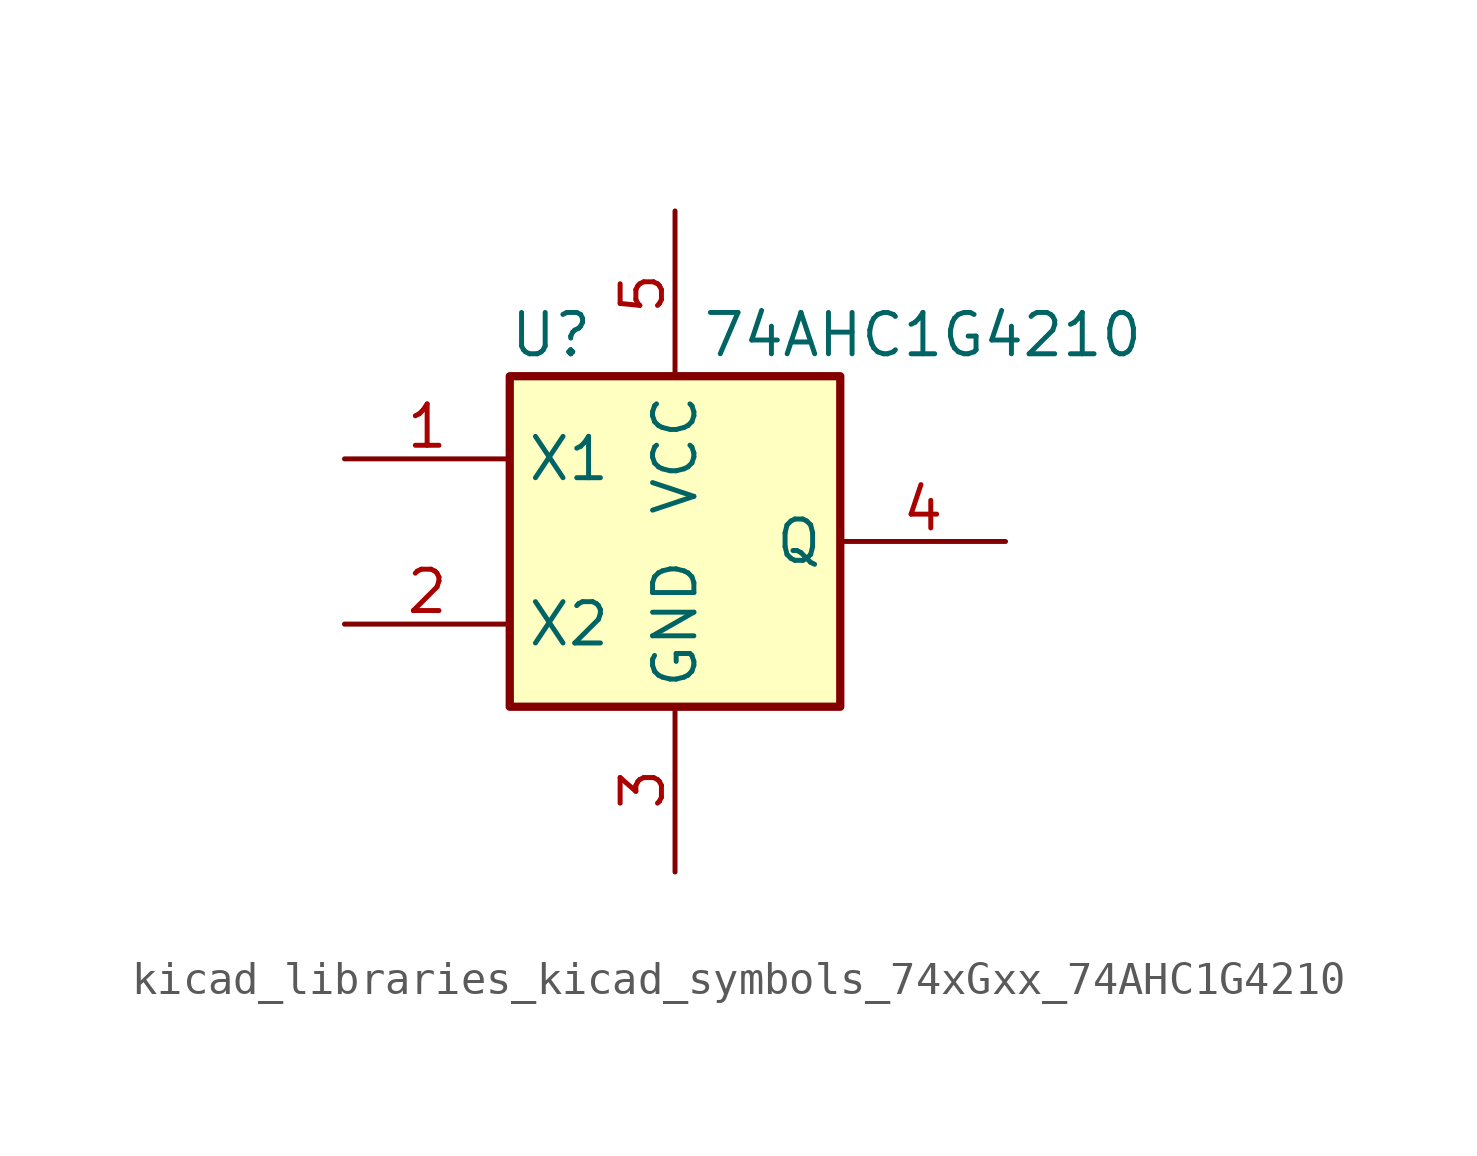
<source format=kicad_sym>
(kicad_symbol_lib
  (version 20220914)
  (generator kicad_symbol_editor)
  (symbol "kicad_libraries_kicad_symbols_74xGxx_74AHC1G4210"
    (property "Reference" "U"
      (at -3.81 6.35 0)
      (effects (font (size 1.27 1.27))))
    (property "Value" "74AHC1G4210"
      (at 7.62 6.35 0)
      (effects (font (size 1.27 1.27))))
    (symbol "kicad_libraries_kicad_symbols_74xGxx_74AHC1G4210_0_1"
      (rectangle (start -5.08 5.08) (end 5.08 -5.08) (stroke (width 0.254) (type default)) (fill (type background))))
    (symbol "kicad_libraries_kicad_symbols_74xGxx_74AHC1G4210_1_1"
      (pin input line (at -10.16 2.54 0) (length 5.08) (name "X1" (effects (font (size 1.27 1.27)))) (number "1" (effects (font (size 1.27 1.27)))))
      (pin input line (at -10.16 -2.54 0) (length 5.08) (name "X2" (effects (font (size 1.27 1.27)))) (number "2" (effects (font (size 1.27 1.27)))))
      (pin power_in line (at 0 -10.16 90) (length 5.08) (name "GND" (effects (font (size 1.27 1.27)))) (number "3" (effects (font (size 1.27 1.27)))))
      (pin output line (at 10.16 0 180) (length 5.08) (name "Q" (effects (font (size 1.27 1.27)))) (number "4" (effects (font (size 1.27 1.27)))))
      (pin power_in line (at 0 10.16 270) (length 5.08) (name "VCC" (effects (font (size 1.27 1.27)))) (number "5" (effects (font (size 1.27 1.27))))))))
</source>
